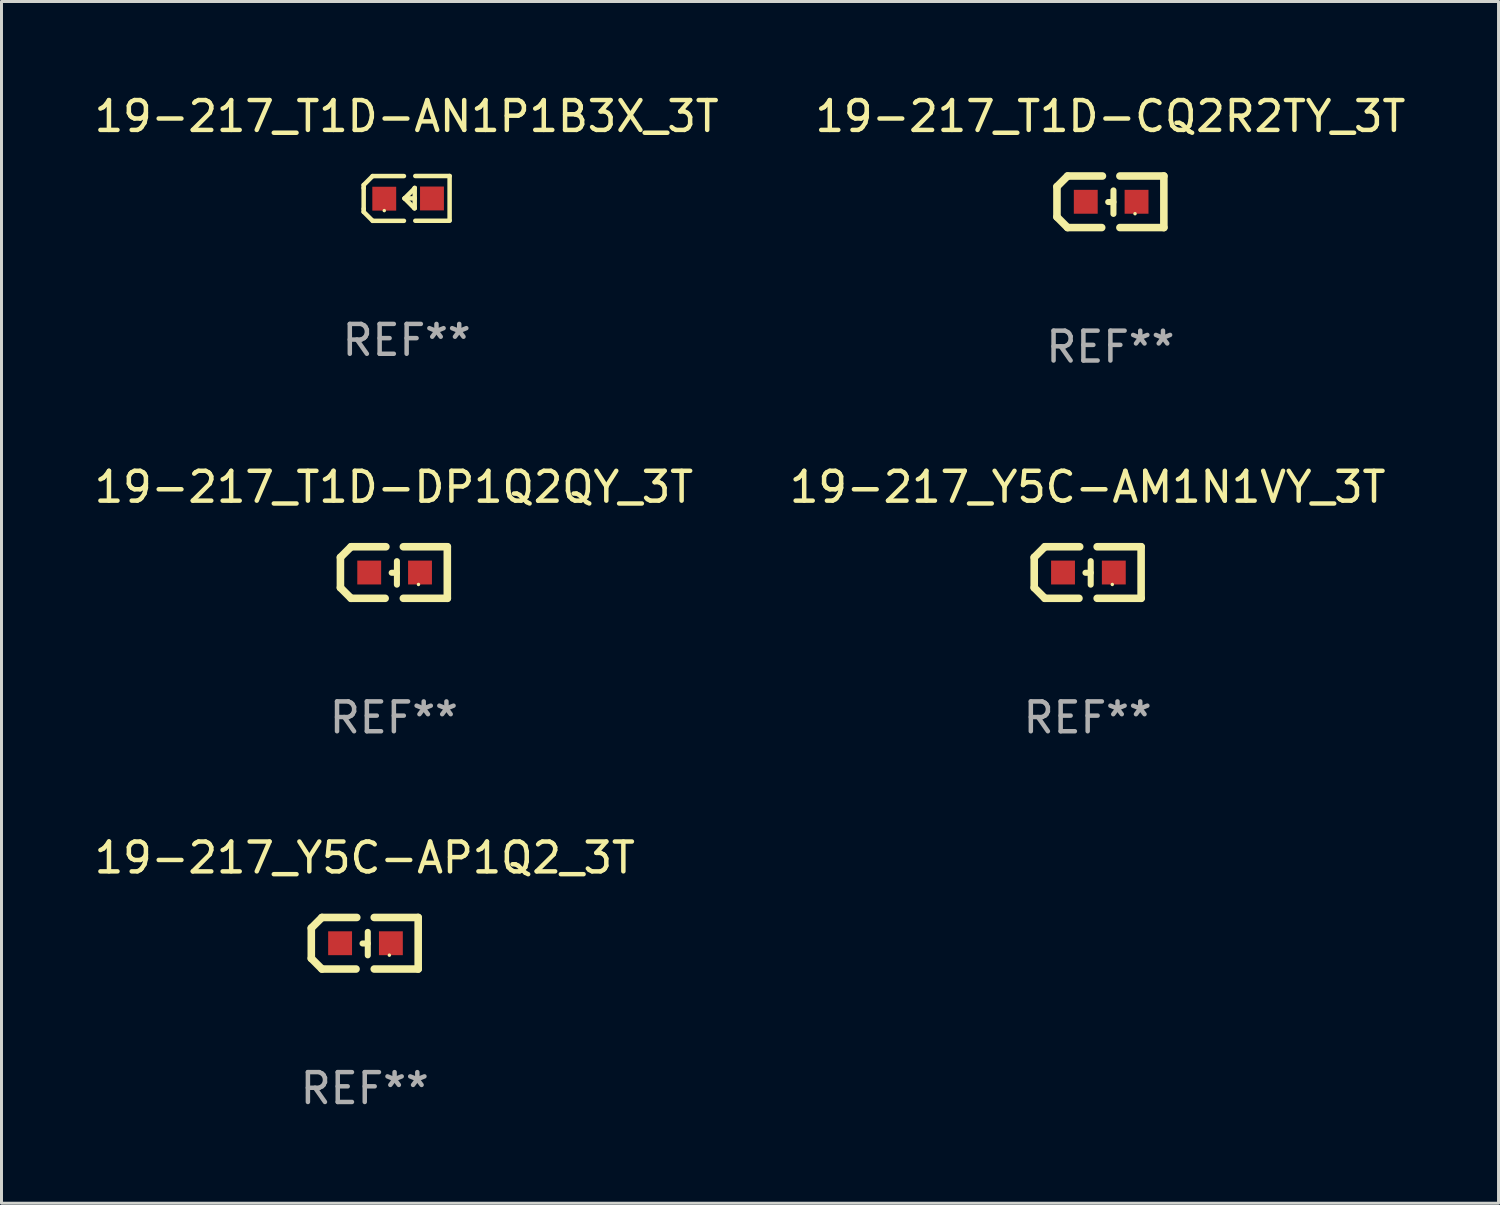
<source format=kicad_pcb>
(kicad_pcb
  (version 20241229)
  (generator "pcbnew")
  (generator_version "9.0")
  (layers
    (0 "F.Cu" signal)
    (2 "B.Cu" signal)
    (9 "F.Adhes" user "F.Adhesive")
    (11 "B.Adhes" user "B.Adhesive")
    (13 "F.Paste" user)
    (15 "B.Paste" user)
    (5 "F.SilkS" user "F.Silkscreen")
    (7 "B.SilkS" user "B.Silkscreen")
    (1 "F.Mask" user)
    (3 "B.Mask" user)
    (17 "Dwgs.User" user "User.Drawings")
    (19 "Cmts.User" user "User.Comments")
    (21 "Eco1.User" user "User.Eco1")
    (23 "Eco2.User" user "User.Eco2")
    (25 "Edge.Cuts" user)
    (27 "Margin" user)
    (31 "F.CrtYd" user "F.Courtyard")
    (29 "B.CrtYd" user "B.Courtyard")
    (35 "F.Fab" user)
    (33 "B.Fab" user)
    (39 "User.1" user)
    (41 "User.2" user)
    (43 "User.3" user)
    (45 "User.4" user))
  (footprint "19-217_T1D-DP1Q2QY_3T"
    (layer "F.Cu")
    (at 10.149 16.136)
    (property "Reference" "19-217_T1D-DP1Q2QY_3T" (at 0 -2.864 0) (layer "F.SilkS") (effects (font (size 1 1) (thickness 0.15))))
    (attr through_hole)
    (fp_line (start -1.791 -0.508) (end -1.435 -0.864) (stroke (width 0.254) (type solid)) (layer "F.SilkS"))
    (fp_line (start -1.791 0.508) (end -1.791 -0.508) (stroke (width 0.254) (type solid)) (layer "F.SilkS"))
    (fp_line (start -1.435 0.864) (end -1.791 0.508) (stroke (width 0.254) (type solid)) (layer "F.SilkS"))
    (fp_line (start -0.292 0.864) (end -1.435 0.864) (stroke (width 0.254) (type solid)) (layer "F.SilkS"))
    (fp_line (start -0.267 -0.864) (end -1.435 -0.864) (stroke (width 0.254) (type solid)) (layer "F.SilkS"))
    (fp_line (start 0.102 0.008) (end -0.074 0.008) (stroke (width 0.203) (type solid)) (layer "F.SilkS"))
    (fp_line (start 0.102 0.406) (end 0.102 -0.381) (stroke (width 0.203) (type solid)) (layer "F.SilkS"))
    (fp_line (start 1.791 -0.864) (end 0.318 -0.864) (stroke (width 0.254) (type solid)) (layer "F.SilkS"))
    (fp_line (start 1.791 0.864) (end 0.318 0.864) (stroke (width 0.254) (type solid)) (layer "F.SilkS"))
    (fp_line (start 1.791 0.864) (end 1.791 -0.864) (stroke (width 0.254) (type solid)) (layer "F.SilkS"))
    (fp_circle (center 0.825 0.4) (end 0.855 0.4) (stroke (width 0.06) (type solid)) (fill no) (layer "F.SilkS"))
    (fp_text user "REF**" (at 0 4.864 0) (layer "F.Fab") (effects (font (size 1 1) (thickness 0.15))))
    (pad "1" smd rect (at 0.876 0 90) (size 0.8 0.8) (layers "F.Cu" "F.Mask" "F.Paste"))
    (pad "2" smd rect (at -0.826 0 90) (size 0.8 0.8) (layers "F.Cu" "F.Mask" "F.Paste")))
  (footprint "19-217_Y5C-AP1Q2_3T"
    (layer "F.Cu")
    (at 9.173 28.559)
    (property "Reference" "19-217_Y5C-AP1Q2_3T" (at 0 -2.864 0) (layer "F.SilkS") (effects (font (size 1 1) (thickness 0.15))))
    (attr through_hole)
    (fp_line (start -1.791 -0.508) (end -1.435 -0.864) (stroke (width 0.254) (type solid)) (layer "F.SilkS"))
    (fp_line (start -1.791 0.508) (end -1.791 -0.508) (stroke (width 0.254) (type solid)) (layer "F.SilkS"))
    (fp_line (start -1.435 0.864) (end -1.791 0.508) (stroke (width 0.254) (type solid)) (layer "F.SilkS"))
    (fp_line (start -0.292 0.864) (end -1.435 0.864) (stroke (width 0.254) (type solid)) (layer "F.SilkS"))
    (fp_line (start -0.267 -0.864) (end -1.435 -0.864) (stroke (width 0.254) (type solid)) (layer "F.SilkS"))
    (fp_line (start 0.102 0.008) (end -0.074 0.008) (stroke (width 0.203) (type solid)) (layer "F.SilkS"))
    (fp_line (start 0.102 0.406) (end 0.102 -0.381) (stroke (width 0.203) (type solid)) (layer "F.SilkS"))
    (fp_line (start 1.791 -0.864) (end 0.318 -0.864) (stroke (width 0.254) (type solid)) (layer "F.SilkS"))
    (fp_line (start 1.791 0.864) (end 0.318 0.864) (stroke (width 0.254) (type solid)) (layer "F.SilkS"))
    (fp_line (start 1.791 0.864) (end 1.791 -0.864) (stroke (width 0.254) (type solid)) (layer "F.SilkS"))
    (fp_circle (center 0.825 0.4) (end 0.855 0.4) (stroke (width 0.06) (type solid)) (fill no) (layer "F.SilkS"))
    (fp_text user "REF**" (at 0 4.864 0) (layer "F.Fab") (effects (font (size 1 1) (thickness 0.15))))
    (pad "1" smd rect (at 0.876 0 90) (size 0.8 0.8) (layers "F.Cu" "F.Mask" "F.Paste"))
    (pad "2" smd rect (at -0.826 0 90) (size 0.8 0.8) (layers "F.Cu" "F.Mask" "F.Paste")))
  (footprint "19-217_T1D-CQ2R2TY_3T"
    (layer "F.Cu")
    (at 34.161 3.712)
    (property "Reference" "19-217_T1D-CQ2R2TY_3T" (at 0 -2.864 0) (layer "F.SilkS") (effects (font (size 1 1) (thickness 0.15))))
    (attr through_hole)
    (fp_line (start -1.791 -0.508) (end -1.435 -0.864) (stroke (width 0.254) (type solid)) (layer "F.SilkS"))
    (fp_line (start -1.791 0.508) (end -1.791 -0.508) (stroke (width 0.254) (type solid)) (layer "F.SilkS"))
    (fp_line (start -1.435 0.864) (end -1.791 0.508) (stroke (width 0.254) (type solid)) (layer "F.SilkS"))
    (fp_line (start -0.292 0.864) (end -1.435 0.864) (stroke (width 0.254) (type solid)) (layer "F.SilkS"))
    (fp_line (start -0.267 -0.864) (end -1.435 -0.864) (stroke (width 0.254) (type solid)) (layer "F.SilkS"))
    (fp_line (start 0.102 0.008) (end -0.074 0.008) (stroke (width 0.203) (type solid)) (layer "F.SilkS"))
    (fp_line (start 0.102 0.406) (end 0.102 -0.381) (stroke (width 0.203) (type solid)) (layer "F.SilkS"))
    (fp_line (start 1.791 -0.864) (end 0.318 -0.864) (stroke (width 0.254) (type solid)) (layer "F.SilkS"))
    (fp_line (start 1.791 0.864) (end 0.318 0.864) (stroke (width 0.254) (type solid)) (layer "F.SilkS"))
    (fp_line (start 1.791 0.864) (end 1.791 -0.864) (stroke (width 0.254) (type solid)) (layer "F.SilkS"))
    (fp_circle (center 0.825 0.4) (end 0.855 0.4) (stroke (width 0.06) (type solid)) (fill no) (layer "F.SilkS"))
    (fp_text user "REF**" (at 0 4.864 0) (layer "F.Fab") (effects (font (size 1 1) (thickness 0.15))))
    (pad "1" smd rect (at 0.876 0 90) (size 0.8 0.8) (layers "F.Cu" "F.Mask" "F.Paste"))
    (pad "2" smd rect (at -0.826 0 90) (size 0.8 0.8) (layers "F.Cu" "F.Mask" "F.Paste")))
  (footprint "19-217_T1D-AN1P1B3X_3T"
    (layer "F.Cu")
    (at 10.577 3.599)
    (property "Reference" "19-217_T1D-AN1P1B3X_3T" (at 0 -2.751 0) (layer "F.SilkS") (effects (font (size 1 1) (thickness 0.15))))
    (attr through_hole)
    (fp_line (start -1.44 -0.449) (end -1.14 -0.749) (stroke (width 0.15) (type solid)) (layer "F.SilkS"))
    (fp_line (start -1.44 -0.349) (end -1.44 -0.449) (stroke (width 0.15) (type solid)) (layer "F.SilkS"))
    (fp_line (start -1.44 -0.349) (end -1.44 0.351) (stroke (width 0.15) (type solid)) (layer "F.SilkS"))
    (fp_line (start -1.44 0.351) (end -1.44 0.451) (stroke (width 0.15) (type solid)) (layer "F.SilkS"))
    (fp_line (start -1.44 0.451) (end -1.14 0.751) (stroke (width 0.15) (type solid)) (layer "F.SilkS"))
    (fp_line (start -0.09 -0.749) (end -1.14 -0.749) (stroke (width 0.15) (type solid)) (layer "F.SilkS"))
    (fp_line (start -0.09 0.751) (end -1.14 0.751) (stroke (width 0.15) (type solid)) (layer "F.SilkS"))
    (fp_line (start 0.26 0.329) (end -0.07 -0.001) (stroke (width 0.15) (type solid)) (layer "F.SilkS"))
    (fp_line (start 0.27 -0.351) (end 0.27 -0.341) (stroke (width 0.15) (type solid)) (layer "F.SilkS"))
    (fp_line (start 0.27 -0.351) (end 0.27 0.329) (stroke (width 0.15) (type solid)) (layer "F.SilkS"))
    (fp_line (start 0.27 -0.341) (end -0.07 -0.001) (stroke (width 0.15) (type solid)) (layer "F.SilkS"))
    (fp_line (start 0.27 -0.001) (end -0.07 -0.001) (stroke (width 0.15) (type solid)) (layer "F.SilkS"))
    (fp_line (start 0.27 0.329) (end 0.26 0.329) (stroke (width 0.15) (type solid)) (layer "F.SilkS"))
    (fp_line (start 0.29 -0.751) (end 1.44 -0.751) (stroke (width 0.15) (type solid)) (layer "F.SilkS"))
    (fp_line (start 0.29 0.749) (end 1.44 0.749) (stroke (width 0.15) (type solid)) (layer "F.SilkS"))
    (fp_line (start 1.44 -0.751) (end 1.44 0.729) (stroke (width 0.15) (type solid)) (layer "F.SilkS"))
    (fp_circle (center -0.75 0.409) (end -0.72 0.409) (stroke (width 0.06) (type solid)) (fill no) (layer "F.SilkS"))
    (fp_text user "REF**" (at 0 4.751 0) (layer "F.Fab") (effects (font (size 1 1) (thickness 0.15))))
    (pad "1" smd rect (at -0.75 0.009 90) (size 0.8 0.8) (layers "F.Cu" "F.Mask" "F.Paste"))
    (pad "2" smd rect (at 0.849 0.002 90) (size 0.8 0.8) (layers "F.Cu" "F.Mask" "F.Paste")))
  (footprint "19-217_Y5C-AM1N1VY_3T"
    (layer "F.Cu")
    (at 33.399 16.136)
    (property "Reference" "19-217_Y5C-AM1N1VY_3T" (at 0 -2.864 0) (layer "F.SilkS") (effects (font (size 1 1) (thickness 0.15))))
    (attr through_hole)
    (fp_line (start -1.791 -0.508) (end -1.435 -0.864) (stroke (width 0.254) (type solid)) (layer "F.SilkS"))
    (fp_line (start -1.791 0.508) (end -1.791 -0.508) (stroke (width 0.254) (type solid)) (layer "F.SilkS"))
    (fp_line (start -1.435 0.864) (end -1.791 0.508) (stroke (width 0.254) (type solid)) (layer "F.SilkS"))
    (fp_line (start -0.292 0.864) (end -1.435 0.864) (stroke (width 0.254) (type solid)) (layer "F.SilkS"))
    (fp_line (start -0.267 -0.864) (end -1.435 -0.864) (stroke (width 0.254) (type solid)) (layer "F.SilkS"))
    (fp_line (start 0.102 0.008) (end -0.074 0.008) (stroke (width 0.203) (type solid)) (layer "F.SilkS"))
    (fp_line (start 0.102 0.406) (end 0.102 -0.381) (stroke (width 0.203) (type solid)) (layer "F.SilkS"))
    (fp_line (start 1.791 -0.864) (end 0.318 -0.864) (stroke (width 0.254) (type solid)) (layer "F.SilkS"))
    (fp_line (start 1.791 0.864) (end 0.318 0.864) (stroke (width 0.254) (type solid)) (layer "F.SilkS"))
    (fp_line (start 1.791 0.864) (end 1.791 -0.864) (stroke (width 0.254) (type solid)) (layer "F.SilkS"))
    (fp_circle (center 0.825 0.4) (end 0.855 0.4) (stroke (width 0.06) (type solid)) (fill no) (layer "F.SilkS"))
    (fp_text user "REF**" (at 0 4.864 0) (layer "F.Fab") (effects (font (size 1 1) (thickness 0.15))))
    (pad "1" smd rect (at 0.876 0 90) (size 0.8 0.8) (layers "F.Cu" "F.Mask" "F.Paste"))
    (pad "2" smd rect (at -0.826 0 90) (size 0.8 0.8) (layers "F.Cu" "F.Mask" "F.Paste")))
  (gr_rect
    (start -3 -3)
    (end 47.167 37.271)
    (stroke (width 0.1) (type default))
    (fill no)
    (layer "Edge.Cuts")))
</source>
